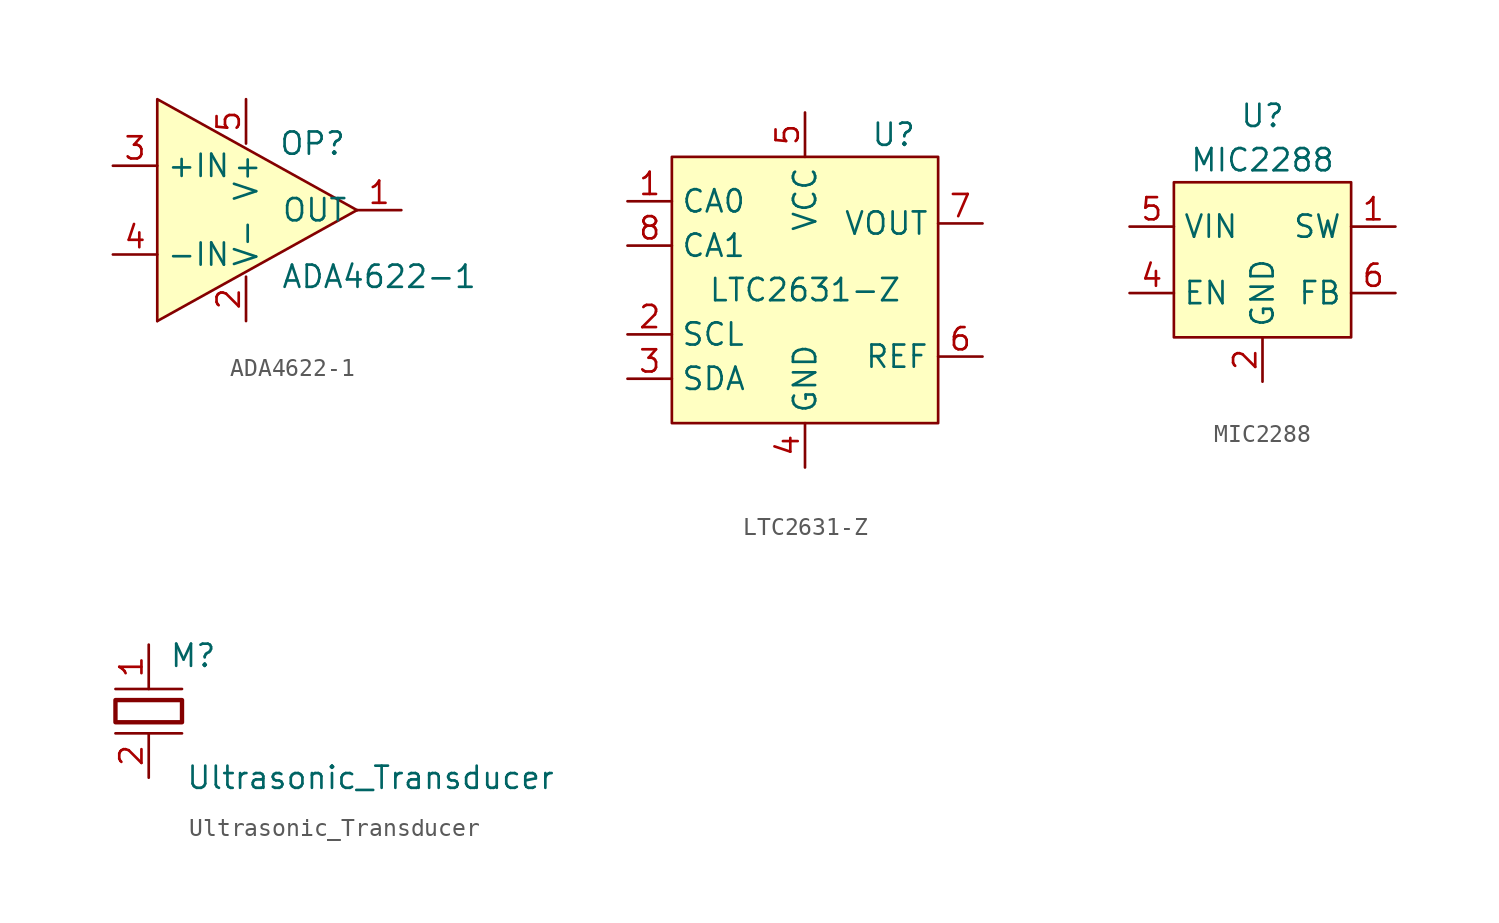
<source format=kicad_sym>
(kicad_symbol_lib
  (version 20211014)
  (generator kicad_symbol_editor)
  (symbol "ADA4622-1"
    (property "Reference" "OP"
      (at 3.81 3.81 0)
      (effects (font (size 1.27 1.27))))
    (property "Value" "ADA4622-1"
      (at 7.62 -3.81 0)
      (effects (font (size 1.27 1.27))))
    (symbol "ADA4622-1_0_1"
      (polyline (pts (xy 6.35 0) (xy -5.08 -6.35)) (stroke (width 0) (type default) (color 0 0 0 0)) (fill (type none)))
      (polyline (pts (xy -5.08 -6.35) (xy -5.08 6.35) (xy 6.35 0)) (stroke (width 0) (type default) (color 0 0 0 0)) (fill (type background))))
    (symbol "ADA4622-1_1_1"
      (pin output line (at 8.89 0 180) (length 2.54) (name "OUT" (effects (font (size 1.27 1.27)))) (number "1" (effects (font (size 1.27 1.27)))))
      (pin input line (at 0 -6.35 90) (length 2.54) (name "V-" (effects (font (size 1.27 1.27)))) (number "2" (effects (font (size 1.27 1.27)))))
      (pin input line (at -7.62 2.54 0) (length 2.54) (name "+IN" (effects (font (size 1.27 1.27)))) (number "3" (effects (font (size 1.27 1.27)))))
      (pin input line (at -7.62 -2.54 0) (length 2.54) (name "-IN" (effects (font (size 1.27 1.27)))) (number "4" (effects (font (size 1.27 1.27)))))
      (pin input line (at 0 6.35 270) (length 2.54) (name "V+" (effects (font (size 1.27 1.27)))) (number "5" (effects (font (size 1.27 1.27)))))))
  (symbol "LTC2631-Z"
    (property "Reference" "U"
      (at 5.08 8.89 0)
      (effects (font (size 1.27 1.27))))
    (property "Value" "LTC2631-Z"
      (at 0 0 0)
      (effects (font (size 1.27 1.27))))
    (symbol "LTC2631-Z_0_1"
      (rectangle (start -7.62 7.62) (end 7.62 -7.62) (stroke (width 0) (type default) (color 0 0 0 0)) (fill (type background))))
    (symbol "LTC2631-Z_1_1"
      (pin passive line (at -10.16 5.08 0) (length 2.54) (name "CA0" (effects (font (size 1.27 1.27)))) (number "1" (effects (font (size 1.27 1.27)))))
      (pin input line (at -10.16 -2.54 0) (length 2.54) (name "SCL" (effects (font (size 1.27 1.27)))) (number "2" (effects (font (size 1.27 1.27)))))
      (pin input line (at -10.16 -5.08 0) (length 2.54) (name "SDA" (effects (font (size 1.27 1.27)))) (number "3" (effects (font (size 1.27 1.27)))))
      (pin passive line (at 0 -10.16 90) (length 2.54) (name "GND" (effects (font (size 1.27 1.27)))) (number "4" (effects (font (size 1.27 1.27)))))
      (pin power_in line (at 0 10.16 270) (length 2.54) (name "VCC" (effects (font (size 1.27 1.27)))) (number "5" (effects (font (size 1.27 1.27)))))
      (pin input line (at 10.16 -3.81 180) (length 2.54) (name "REF" (effects (font (size 1.27 1.27)))) (number "6" (effects (font (size 1.27 1.27)))))
      (pin output line (at 10.16 3.81 180) (length 2.54) (name "VOUT" (effects (font (size 1.27 1.27)))) (number "7" (effects (font (size 1.27 1.27)))))
      (pin passive line (at -10.16 2.54 0) (length 2.54) (name "CA1" (effects (font (size 1.27 1.27)))) (number "8" (effects (font (size 1.27 1.27)))))))
  (symbol "MIC2288"
    (property "Reference" "U"
      (at 0 8.89 0)
      (effects (font (size 1.27 1.27))))
    (property "Value" "MIC2288"
      (at 0 6.35 0)
      (effects (font (size 1.27 1.27))))
    (symbol "MIC2288_0_1"
      (rectangle (start -5.08 5.08) (end 5.08 -3.81) (stroke (width 0) (type default) (color 0 0 0 0)) (fill (type background))))
    (symbol "MIC2288_1_1"
      (pin output line (at 7.62 2.54 180) (length 2.54) (name "SW" (effects (font (size 1.27 1.27)))) (number "1" (effects (font (size 1.27 1.27)))))
      (pin passive line (at 0 -6.35 90) (length 2.54) (name "GND" (effects (font (size 1.27 1.27)))) (number "2" (effects (font (size 1.27 1.27)))))
      (pin input line (at -7.62 -1.27 0) (length 2.54) (name "EN" (effects (font (size 1.27 1.27)))) (number "4" (effects (font (size 1.27 1.27)))))
      (pin input line (at -7.62 2.54 0) (length 2.54) (name "VIN" (effects (font (size 1.27 1.27)))) (number "5" (effects (font (size 1.27 1.27)))))
      (pin input line (at 7.62 -1.27 180) (length 2.54) (name "FB" (effects (font (size 1.27 1.27)))) (number "6" (effects (font (size 1.27 1.27)))))))
  (symbol "Ultrasonic_Transducer"
    (property "Reference" "M"
      (at 2.54 3.175 0)
      (effects (font (size 1.27 1.27))))
    (property "Value" "Ultrasonic_Transducer"
      (at 12.7 -3.81 0)
      (effects (font (size 1.27 1.27))))
    (symbol "Ultrasonic_Transducer_0_1"
      (rectangle (start -1.905 0.635) (end 1.905 -0.635) (stroke (width 0.25) (type default) (color 0 0 0 0)) (fill (type none)))
      (polyline (pts (xy -1.905 -1.27) (xy 1.905 -1.27)) (stroke (width 0) (type default) (color 0 0 0 0)) (fill (type none)))
      (polyline (pts (xy -1.905 1.27) (xy 1.905 1.27)) (stroke (width 0) (type default) (color 0 0 0 0)) (fill (type none))))
    (symbol "Ultrasonic_Transducer_1_1"
      (pin input line (at 0 3.81 270) (length 2.54) (name "" (effects (font (size 1.27 1.27)))) (number "1" (effects (font (size 1.27 1.27)))))
      (pin input line (at 0 -3.81 90) (length 2.54) (name "" (effects (font (size 1.27 1.27)))) (number "2" (effects (font (size 1.27 1.27))))))))
</source>
